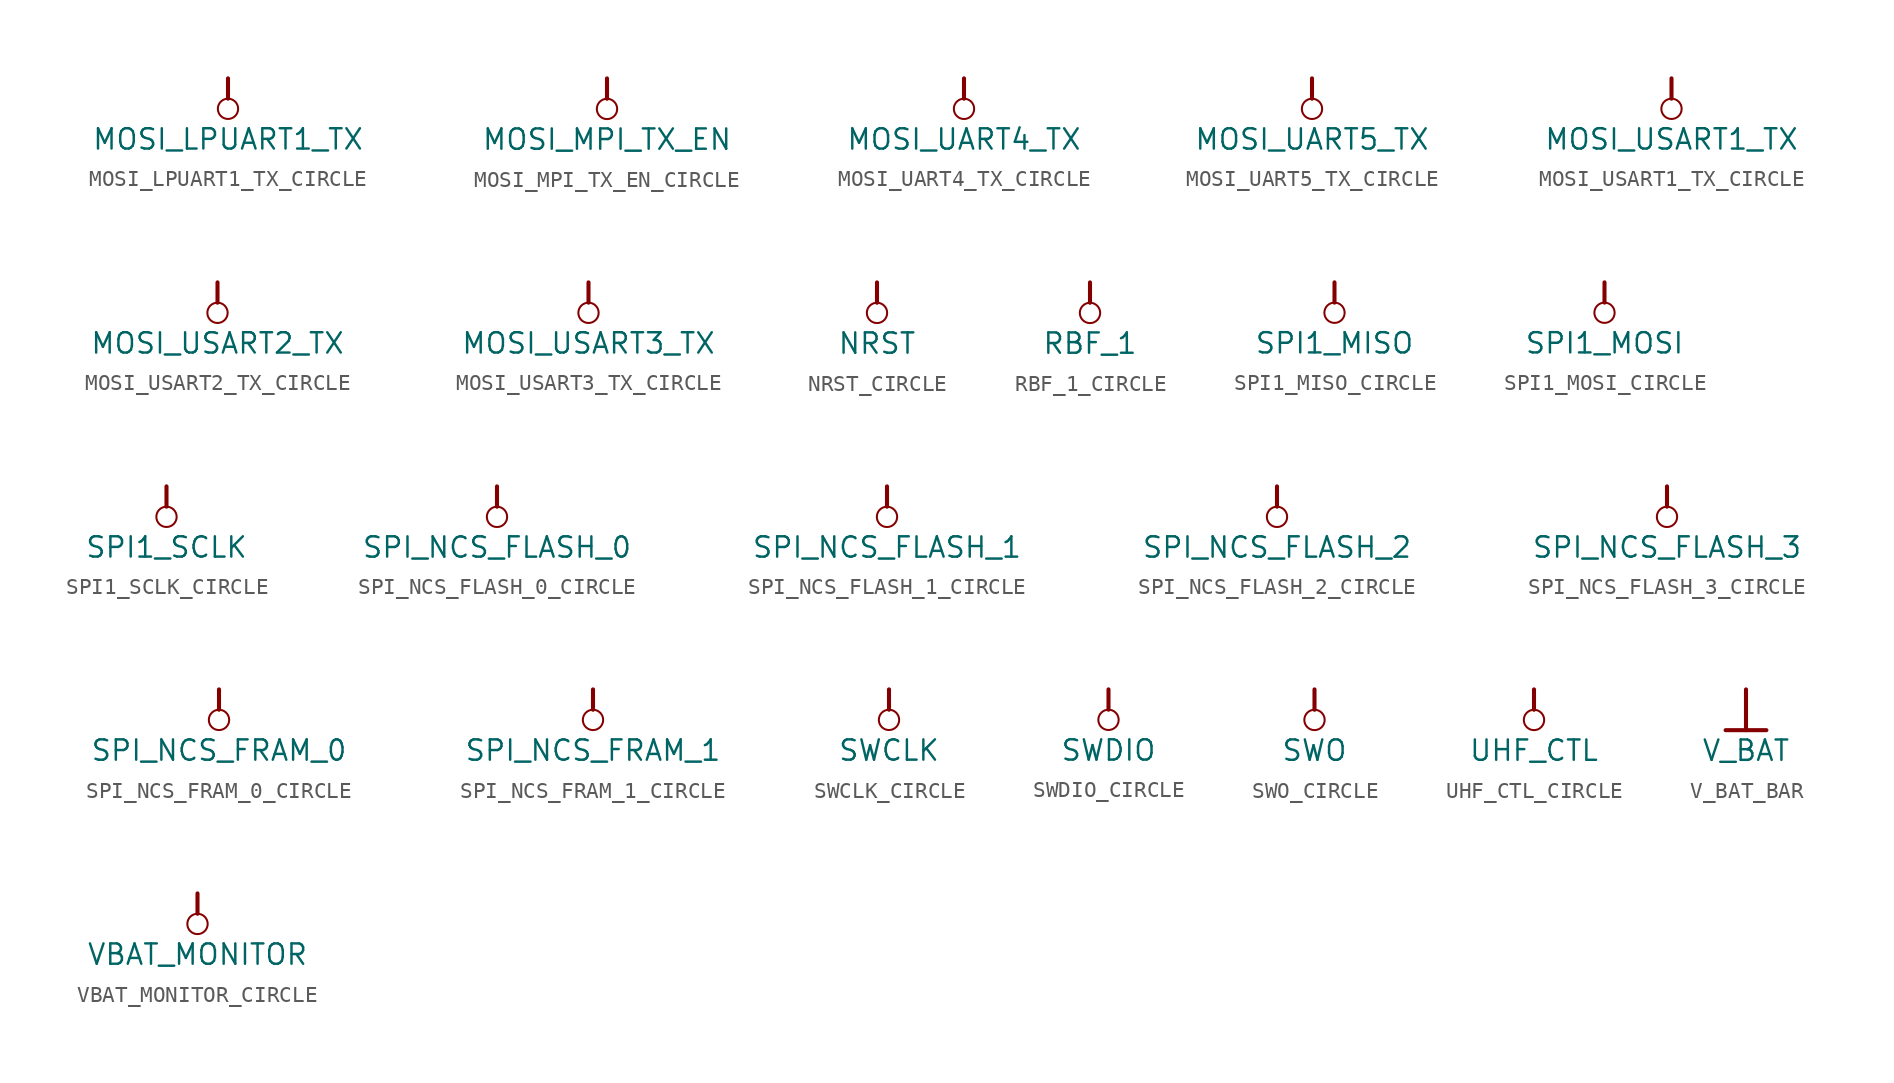
<source format=kicad_sym>
(kicad_symbol_lib
  (version 20241209)
  (generator "kicad_symbol_editor")
  (generator_version "9.0")
  (symbol "MOSI_LPUART1_TX_CIRCLE"
    (power)
    (property "Reference" "#PWR"
      (at 0 0 0)
      (effects (font (size 1.27 1.27)) (hide yes)))
    (property "Value" "MOSI_LPUART1_TX"
      (at 0 -3.81 0)
      (effects (font (size 1.27 1.27))))
    (symbol "MOSI_LPUART1_TX_CIRCLE_0_0"
      (polyline (pts (xy 0 0) (xy 0 -1.27)) (stroke (width 0.254) (type solid)) (fill (type none)))
      (circle (center 0 -1.905) (radius 0.635) (stroke (width 0.127) (type solid)) (fill (type none)))
      (pin power_in line (at 0 0 0) (length 0) (hide yes) (name "MOSI_LPUART1_TX" (effects (font (size 1.27 1.27)))) (number "" (effects (font (size 1.27 1.27)))))))
  (symbol "MOSI_MPI_TX_EN_CIRCLE"
    (power)
    (property "Reference" "#PWR"
      (at 0 0 0)
      (effects (font (size 1.27 1.27)) (hide yes)))
    (property "Value" "MOSI_MPI_TX_EN"
      (at 0 -3.81 0)
      (effects (font (size 1.27 1.27))))
    (symbol "MOSI_MPI_TX_EN_CIRCLE_0_0"
      (polyline (pts (xy 0 0) (xy 0 -1.27)) (stroke (width 0.254) (type solid)) (fill (type none)))
      (circle (center 0 -1.905) (radius 0.635) (stroke (width 0.127) (type solid)) (fill (type none)))
      (pin power_in line (at 0 0 0) (length 0) (hide yes) (name "MOSI_MPI_TX_EN" (effects (font (size 1.27 1.27)))) (number "" (effects (font (size 1.27 1.27)))))))
  (symbol "MOSI_UART4_TX_CIRCLE"
    (power)
    (property "Reference" "#PWR"
      (at 0 0 0)
      (effects (font (size 1.27 1.27)) (hide yes)))
    (property "Value" "MOSI_UART4_TX"
      (at 0 -3.81 0)
      (effects (font (size 1.27 1.27))))
    (symbol "MOSI_UART4_TX_CIRCLE_0_0"
      (polyline (pts (xy 0 0) (xy 0 -1.27)) (stroke (width 0.254) (type solid)) (fill (type none)))
      (circle (center 0 -1.905) (radius 0.635) (stroke (width 0.127) (type solid)) (fill (type none)))
      (pin power_in line (at 0 0 0) (length 0) (hide yes) (name "MOSI_UART4_TX" (effects (font (size 1.27 1.27)))) (number "" (effects (font (size 1.27 1.27)))))))
  (symbol "MOSI_UART5_TX_CIRCLE"
    (power)
    (property "Reference" "#PWR"
      (at 0 0 0)
      (effects (font (size 1.27 1.27)) (hide yes)))
    (property "Value" "MOSI_UART5_TX"
      (at 0 -3.81 0)
      (effects (font (size 1.27 1.27))))
    (symbol "MOSI_UART5_TX_CIRCLE_0_0"
      (polyline (pts (xy 0 0) (xy 0 -1.27)) (stroke (width 0.254) (type solid)) (fill (type none)))
      (circle (center 0 -1.905) (radius 0.635) (stroke (width 0.127) (type solid)) (fill (type none)))
      (pin power_in line (at 0 0 0) (length 0) (hide yes) (name "MOSI_UART5_TX" (effects (font (size 1.27 1.27)))) (number "" (effects (font (size 1.27 1.27)))))))
  (symbol "MOSI_USART1_TX_CIRCLE"
    (power)
    (property "Reference" "#PWR"
      (at 0 0 0)
      (effects (font (size 1.27 1.27)) (hide yes)))
    (property "Value" "MOSI_USART1_TX"
      (at 0 -3.81 0)
      (effects (font (size 1.27 1.27))))
    (symbol "MOSI_USART1_TX_CIRCLE_0_0"
      (polyline (pts (xy 0 0) (xy 0 -1.27)) (stroke (width 0.254) (type solid)) (fill (type none)))
      (circle (center 0 -1.905) (radius 0.635) (stroke (width 0.127) (type solid)) (fill (type none)))
      (pin power_in line (at 0 0 0) (length 0) (hide yes) (name "MOSI_USART1_TX" (effects (font (size 1.27 1.27)))) (number "" (effects (font (size 1.27 1.27)))))))
  (symbol "MOSI_USART2_TX_CIRCLE"
    (power)
    (property "Reference" "#PWR"
      (at 0 0 0)
      (effects (font (size 1.27 1.27)) (hide yes)))
    (property "Value" "MOSI_USART2_TX"
      (at 0 -3.81 0)
      (effects (font (size 1.27 1.27))))
    (symbol "MOSI_USART2_TX_CIRCLE_0_0"
      (polyline (pts (xy 0 0) (xy 0 -1.27)) (stroke (width 0.254) (type solid)) (fill (type none)))
      (circle (center 0 -1.905) (radius 0.635) (stroke (width 0.127) (type solid)) (fill (type none)))
      (pin power_in line (at 0 0 0) (length 0) (hide yes) (name "MOSI_USART2_TX" (effects (font (size 1.27 1.27)))) (number "" (effects (font (size 1.27 1.27)))))))
  (symbol "MOSI_USART3_TX_CIRCLE"
    (power)
    (property "Reference" "#PWR"
      (at 0 0 0)
      (effects (font (size 1.27 1.27)) (hide yes)))
    (property "Value" "MOSI_USART3_TX"
      (at 0 -3.81 0)
      (effects (font (size 1.27 1.27))))
    (symbol "MOSI_USART3_TX_CIRCLE_0_0"
      (polyline (pts (xy 0 0) (xy 0 -1.27)) (stroke (width 0.254) (type solid)) (fill (type none)))
      (circle (center 0 -1.905) (radius 0.635) (stroke (width 0.127) (type solid)) (fill (type none)))
      (pin power_in line (at 0 0 0) (length 0) (hide yes) (name "MOSI_USART3_TX" (effects (font (size 1.27 1.27)))) (number "" (effects (font (size 1.27 1.27)))))))
  (symbol "NRST_CIRCLE"
    (power)
    (property "Reference" "#PWR"
      (at 0 0 0)
      (effects (font (size 1.27 1.27)) (hide yes)))
    (property "Value" "NRST"
      (at 0 -3.81 0)
      (effects (font (size 1.27 1.27))))
    (symbol "NRST_CIRCLE_0_0"
      (polyline (pts (xy 0 0) (xy 0 -1.27)) (stroke (width 0.254) (type solid)) (fill (type none)))
      (circle (center 0 -1.905) (radius 0.635) (stroke (width 0.127) (type solid)) (fill (type none)))
      (pin power_in line (at 0 0 0) (length 0) (hide yes) (name "NRST" (effects (font (size 1.27 1.27)))) (number "" (effects (font (size 1.27 1.27)))))))
  (symbol "RBF_1_CIRCLE"
    (power)
    (property "Reference" "#PWR"
      (at 0 0 0)
      (effects (font (size 1.27 1.27)) (hide yes)))
    (property "Value" "RBF_1"
      (at 0 -3.81 0)
      (effects (font (size 1.27 1.27))))
    (symbol "RBF_1_CIRCLE_0_0"
      (polyline (pts (xy 0 0) (xy 0 -1.27)) (stroke (width 0.254) (type solid)) (fill (type none)))
      (circle (center 0 -1.905) (radius 0.635) (stroke (width 0.127) (type solid)) (fill (type none)))
      (pin power_in line (at 0 0 0) (length 0) (hide yes) (name "RBF_1" (effects (font (size 1.27 1.27)))) (number "" (effects (font (size 1.27 1.27)))))))
  (symbol "SPI1_MISO_CIRCLE"
    (power)
    (property "Reference" "#PWR"
      (at 0 0 0)
      (effects (font (size 1.27 1.27)) (hide yes)))
    (property "Value" "SPI1_MISO"
      (at 0 -3.81 0)
      (effects (font (size 1.27 1.27))))
    (symbol "SPI1_MISO_CIRCLE_0_0"
      (polyline (pts (xy 0 0) (xy 0 -1.27)) (stroke (width 0.254) (type solid)) (fill (type none)))
      (circle (center 0 -1.905) (radius 0.635) (stroke (width 0.127) (type solid)) (fill (type none)))
      (pin power_in line (at 0 0 0) (length 0) (hide yes) (name "SPI1_MISO" (effects (font (size 1.27 1.27)))) (number "" (effects (font (size 1.27 1.27)))))))
  (symbol "SPI1_MOSI_CIRCLE"
    (power)
    (property "Reference" "#PWR"
      (at 0 0 0)
      (effects (font (size 1.27 1.27)) (hide yes)))
    (property "Value" "SPI1_MOSI"
      (at 0 -3.81 0)
      (effects (font (size 1.27 1.27))))
    (symbol "SPI1_MOSI_CIRCLE_0_0"
      (polyline (pts (xy 0 0) (xy 0 -1.27)) (stroke (width 0.254) (type solid)) (fill (type none)))
      (circle (center 0 -1.905) (radius 0.635) (stroke (width 0.127) (type solid)) (fill (type none)))
      (pin power_in line (at 0 0 0) (length 0) (hide yes) (name "SPI1_MOSI" (effects (font (size 1.27 1.27)))) (number "" (effects (font (size 1.27 1.27)))))))
  (symbol "SPI1_SCLK_CIRCLE"
    (power)
    (property "Reference" "#PWR"
      (at 0 0 0)
      (effects (font (size 1.27 1.27)) (hide yes)))
    (property "Value" "SPI1_SCLK"
      (at 0 -3.81 0)
      (effects (font (size 1.27 1.27))))
    (symbol "SPI1_SCLK_CIRCLE_0_0"
      (polyline (pts (xy 0 0) (xy 0 -1.27)) (stroke (width 0.254) (type solid)) (fill (type none)))
      (circle (center 0 -1.905) (radius 0.635) (stroke (width 0.127) (type solid)) (fill (type none)))
      (pin power_in line (at 0 0 0) (length 0) (hide yes) (name "SPI1_SCLK" (effects (font (size 1.27 1.27)))) (number "" (effects (font (size 1.27 1.27)))))))
  (symbol "SPI_NCS_FLASH_0_CIRCLE"
    (power)
    (property "Reference" "#PWR"
      (at 0 0 0)
      (effects (font (size 1.27 1.27)) (hide yes)))
    (property "Value" "SPI_NCS_FLASH_0"
      (at 0 -3.81 0)
      (effects (font (size 1.27 1.27))))
    (symbol "SPI_NCS_FLASH_0_CIRCLE_0_0"
      (polyline (pts (xy 0 0) (xy 0 -1.27)) (stroke (width 0.254) (type solid)) (fill (type none)))
      (circle (center 0 -1.905) (radius 0.635) (stroke (width 0.127) (type solid)) (fill (type none)))
      (pin power_in line (at 0 0 0) (length 0) (hide yes) (name "SPI_NCS_FLASH_0" (effects (font (size 1.27 1.27)))) (number "" (effects (font (size 1.27 1.27)))))))
  (symbol "SPI_NCS_FLASH_1_CIRCLE"
    (power)
    (property "Reference" "#PWR"
      (at 0 0 0)
      (effects (font (size 1.27 1.27)) (hide yes)))
    (property "Value" "SPI_NCS_FLASH_1"
      (at 0 -3.81 0)
      (effects (font (size 1.27 1.27))))
    (symbol "SPI_NCS_FLASH_1_CIRCLE_0_0"
      (polyline (pts (xy 0 0) (xy 0 -1.27)) (stroke (width 0.254) (type solid)) (fill (type none)))
      (circle (center 0 -1.905) (radius 0.635) (stroke (width 0.127) (type solid)) (fill (type none)))
      (pin power_in line (at 0 0 0) (length 0) (hide yes) (name "SPI_NCS_FLASH_1" (effects (font (size 1.27 1.27)))) (number "" (effects (font (size 1.27 1.27)))))))
  (symbol "SPI_NCS_FLASH_2_CIRCLE"
    (power)
    (property "Reference" "#PWR"
      (at 0 0 0)
      (effects (font (size 1.27 1.27)) (hide yes)))
    (property "Value" "SPI_NCS_FLASH_2"
      (at 0 -3.81 0)
      (effects (font (size 1.27 1.27))))
    (symbol "SPI_NCS_FLASH_2_CIRCLE_0_0"
      (polyline (pts (xy 0 0) (xy 0 -1.27)) (stroke (width 0.254) (type solid)) (fill (type none)))
      (circle (center 0 -1.905) (radius 0.635) (stroke (width 0.127) (type solid)) (fill (type none)))
      (pin power_in line (at 0 0 0) (length 0) (hide yes) (name "SPI_NCS_FLASH_2" (effects (font (size 1.27 1.27)))) (number "" (effects (font (size 1.27 1.27)))))))
  (symbol "SPI_NCS_FLASH_3_CIRCLE"
    (power)
    (property "Reference" "#PWR"
      (at 0 0 0)
      (effects (font (size 1.27 1.27)) (hide yes)))
    (property "Value" "SPI_NCS_FLASH_3"
      (at 0 -3.81 0)
      (effects (font (size 1.27 1.27))))
    (symbol "SPI_NCS_FLASH_3_CIRCLE_0_0"
      (polyline (pts (xy 0 0) (xy 0 -1.27)) (stroke (width 0.254) (type solid)) (fill (type none)))
      (circle (center 0 -1.905) (radius 0.635) (stroke (width 0.127) (type solid)) (fill (type none)))
      (pin power_in line (at 0 0 0) (length 0) (hide yes) (name "SPI_NCS_FLASH_3" (effects (font (size 1.27 1.27)))) (number "" (effects (font (size 1.27 1.27)))))))
  (symbol "SPI_NCS_FRAM_0_CIRCLE"
    (power)
    (property "Reference" "#PWR"
      (at 0 0 0)
      (effects (font (size 1.27 1.27)) (hide yes)))
    (property "Value" "SPI_NCS_FRAM_0"
      (at 0 -3.81 0)
      (effects (font (size 1.27 1.27))))
    (symbol "SPI_NCS_FRAM_0_CIRCLE_0_0"
      (polyline (pts (xy 0 0) (xy 0 -1.27)) (stroke (width 0.254) (type solid)) (fill (type none)))
      (circle (center 0 -1.905) (radius 0.635) (stroke (width 0.127) (type solid)) (fill (type none)))
      (pin power_in line (at 0 0 0) (length 0) (hide yes) (name "SPI_NCS_FRAM_0" (effects (font (size 1.27 1.27)))) (number "" (effects (font (size 1.27 1.27)))))))
  (symbol "SPI_NCS_FRAM_1_CIRCLE"
    (power)
    (property "Reference" "#PWR"
      (at 0 0 0)
      (effects (font (size 1.27 1.27)) (hide yes)))
    (property "Value" "SPI_NCS_FRAM_1"
      (at 0 -3.81 0)
      (effects (font (size 1.27 1.27))))
    (symbol "SPI_NCS_FRAM_1_CIRCLE_0_0"
      (polyline (pts (xy 0 0) (xy 0 -1.27)) (stroke (width 0.254) (type solid)) (fill (type none)))
      (circle (center 0 -1.905) (radius 0.635) (stroke (width 0.127) (type solid)) (fill (type none)))
      (pin power_in line (at 0 0 0) (length 0) (hide yes) (name "SPI_NCS_FRAM_1" (effects (font (size 1.27 1.27)))) (number "" (effects (font (size 1.27 1.27)))))))
  (symbol "SWCLK_CIRCLE"
    (power)
    (property "Reference" "#PWR"
      (at 0 0 0)
      (effects (font (size 1.27 1.27)) (hide yes)))
    (property "Value" "SWCLK"
      (at 0 -3.81 0)
      (effects (font (size 1.27 1.27))))
    (symbol "SWCLK_CIRCLE_0_0"
      (polyline (pts (xy 0 0) (xy 0 -1.27)) (stroke (width 0.254) (type solid)) (fill (type none)))
      (circle (center 0 -1.905) (radius 0.635) (stroke (width 0.127) (type solid)) (fill (type none)))
      (pin power_in line (at 0 0 0) (length 0) (hide yes) (name "SWCLK" (effects (font (size 1.27 1.27)))) (number "" (effects (font (size 1.27 1.27)))))))
  (symbol "SWDIO_CIRCLE"
    (power)
    (property "Reference" "#PWR"
      (at 0 0 0)
      (effects (font (size 1.27 1.27)) (hide yes)))
    (property "Value" "SWDIO"
      (at 0 -3.81 0)
      (effects (font (size 1.27 1.27))))
    (symbol "SWDIO_CIRCLE_0_0"
      (polyline (pts (xy 0 0) (xy 0 -1.27)) (stroke (width 0.254) (type solid)) (fill (type none)))
      (circle (center 0 -1.905) (radius 0.635) (stroke (width 0.127) (type solid)) (fill (type none)))
      (pin power_in line (at 0 0 0) (length 0) (hide yes) (name "SWDIO" (effects (font (size 1.27 1.27)))) (number "" (effects (font (size 1.27 1.27)))))))
  (symbol "SWO_CIRCLE"
    (power)
    (property "Reference" "#PWR"
      (at 0 0 0)
      (effects (font (size 1.27 1.27)) (hide yes)))
    (property "Value" "SWO"
      (at 0 -3.81 0)
      (effects (font (size 1.27 1.27))))
    (symbol "SWO_CIRCLE_0_0"
      (polyline (pts (xy 0 0) (xy 0 -1.27)) (stroke (width 0.254) (type solid)) (fill (type none)))
      (circle (center 0 -1.905) (radius 0.635) (stroke (width 0.127) (type solid)) (fill (type none)))
      (pin power_in line (at 0 0 0) (length 0) (hide yes) (name "SWO" (effects (font (size 1.27 1.27)))) (number "" (effects (font (size 1.27 1.27)))))))
  (symbol "UHF_CTL_CIRCLE"
    (power)
    (property "Reference" "#PWR"
      (at 0 0 0)
      (effects (font (size 1.27 1.27)) (hide yes)))
    (property "Value" "UHF_CTL"
      (at 0 -3.81 0)
      (effects (font (size 1.27 1.27))))
    (symbol "UHF_CTL_CIRCLE_0_0"
      (polyline (pts (xy 0 0) (xy 0 -1.27)) (stroke (width 0.254) (type solid)) (fill (type none)))
      (circle (center 0 -1.905) (radius 0.635) (stroke (width 0.127) (type solid)) (fill (type none)))
      (pin power_in line (at 0 0 0) (length 0) (hide yes) (name "UHF_CTL" (effects (font (size 1.27 1.27)))) (number "" (effects (font (size 1.27 1.27)))))))
  (symbol "V_BAT_BAR"
    (power)
    (property "Reference" "#PWR"
      (at 0 0 0)
      (effects (font (size 1.27 1.27)) (hide yes)))
    (property "Value" "V_BAT"
      (at 0 -3.81 0)
      (effects (font (size 1.27 1.27))))
    (symbol "V_BAT_BAR_0_0"
      (polyline (pts (xy -1.27 -2.54) (xy 1.27 -2.54)) (stroke (width 0.254) (type solid)) (fill (type none)))
      (polyline (pts (xy 0 0) (xy 0 -2.54)) (stroke (width 0.254) (type solid)) (fill (type none)))
      (pin power_in line (at 0 0 0) (length 0) (hide yes) (name "V_BAT" (effects (font (size 1.27 1.27)))) (number "" (effects (font (size 1.27 1.27)))))))
  (symbol "VBAT_MONITOR_CIRCLE"
    (power)
    (property "Reference" "#PWR"
      (at 0 0 0)
      (effects (font (size 1.27 1.27)) (hide yes)))
    (property "Value" "VBAT_MONITOR"
      (at 0 -3.81 0)
      (effects (font (size 1.27 1.27))))
    (symbol "VBAT_MONITOR_CIRCLE_0_0"
      (polyline (pts (xy 0 0) (xy 0 -1.27)) (stroke (width 0.254) (type solid)) (fill (type none)))
      (circle (center 0 -1.905) (radius 0.635) (stroke (width 0.127) (type solid)) (fill (type none)))
      (pin power_in line (at 0 0 0) (length 0) (hide yes) (name "VBAT_MONITOR" (effects (font (size 1.27 1.27)))) (number "" (effects (font (size 1.27 1.27))))))))
</source>
